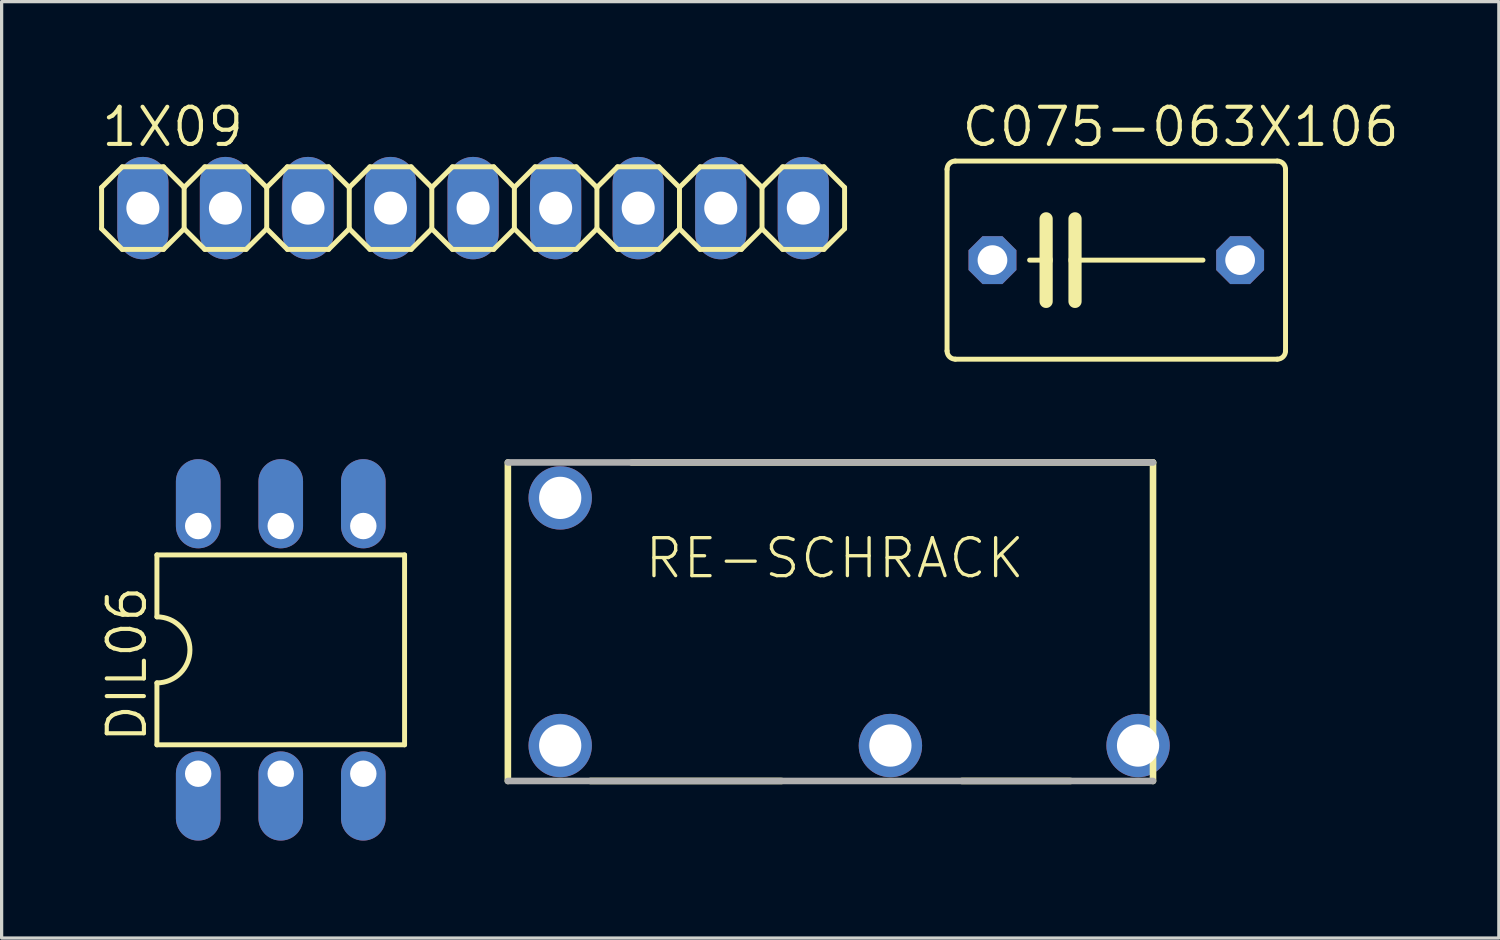
<source format=kicad_pcb>
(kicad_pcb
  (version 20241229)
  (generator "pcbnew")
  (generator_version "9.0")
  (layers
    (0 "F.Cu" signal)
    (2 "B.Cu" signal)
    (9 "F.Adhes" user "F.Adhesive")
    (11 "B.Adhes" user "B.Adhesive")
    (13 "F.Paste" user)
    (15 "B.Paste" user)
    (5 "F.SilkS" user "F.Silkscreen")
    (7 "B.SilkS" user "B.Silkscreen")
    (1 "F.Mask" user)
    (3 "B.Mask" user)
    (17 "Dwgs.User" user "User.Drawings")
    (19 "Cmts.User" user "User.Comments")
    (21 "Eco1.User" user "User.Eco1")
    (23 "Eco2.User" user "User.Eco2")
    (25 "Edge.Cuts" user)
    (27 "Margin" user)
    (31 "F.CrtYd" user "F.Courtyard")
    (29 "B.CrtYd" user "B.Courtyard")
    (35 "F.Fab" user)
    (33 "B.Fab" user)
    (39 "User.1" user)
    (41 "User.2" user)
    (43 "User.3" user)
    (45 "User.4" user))
  (footprint "1X09"
    (layer "F.Cu")
    (at 11.506 3.353)
    (property "Reference" "1X09" (at -11.506 -1.829 0) (layer "F.SilkS") (effects (font (size 1.143 1.143) (thickness 0.127)) (justify left bottom)))
    (fp_line (start -11.43 -0.635) (end -11.43 0.635) (stroke (width 0.152) (type solid)) (layer "F.SilkS"))
    (fp_line (start -11.43 0.635) (end -10.795 1.27) (stroke (width 0.152) (type solid)) (layer "F.SilkS"))
    (fp_line (start -10.795 -1.27) (end -11.43 -0.635) (stroke (width 0.152) (type solid)) (layer "F.SilkS"))
    (fp_line (start -10.795 -1.27) (end -9.525 -1.27) (stroke (width 0.152) (type solid)) (layer "F.SilkS"))
    (fp_line (start -9.525 -1.27) (end -8.89 -0.635) (stroke (width 0.152) (type solid)) (layer "F.SilkS"))
    (fp_line (start -9.525 1.27) (end -10.795 1.27) (stroke (width 0.152) (type solid)) (layer "F.SilkS"))
    (fp_line (start -8.89 -0.635) (end -8.89 0.635) (stroke (width 0.152) (type solid)) (layer "F.SilkS"))
    (fp_line (start -8.89 -0.635) (end -8.255 -1.27) (stroke (width 0.152) (type solid)) (layer "F.SilkS"))
    (fp_line (start -8.89 0.635) (end -9.525 1.27) (stroke (width 0.152) (type solid)) (layer "F.SilkS"))
    (fp_line (start -8.255 -1.27) (end -6.985 -1.27) (stroke (width 0.152) (type solid)) (layer "F.SilkS"))
    (fp_line (start -8.255 1.27) (end -8.89 0.635) (stroke (width 0.152) (type solid)) (layer "F.SilkS"))
    (fp_line (start -6.985 -1.27) (end -6.35 -0.635) (stroke (width 0.152) (type solid)) (layer "F.SilkS"))
    (fp_line (start -6.985 1.27) (end -8.255 1.27) (stroke (width 0.152) (type solid)) (layer "F.SilkS"))
    (fp_line (start -6.35 -0.635) (end -6.35 0.635) (stroke (width 0.152) (type solid)) (layer "F.SilkS"))
    (fp_line (start -6.35 -0.635) (end -5.715 -1.27) (stroke (width 0.152) (type solid)) (layer "F.SilkS"))
    (fp_line (start -6.35 0.635) (end -6.985 1.27) (stroke (width 0.152) (type solid)) (layer "F.SilkS"))
    (fp_line (start -5.715 -1.27) (end -4.445 -1.27) (stroke (width 0.152) (type solid)) (layer "F.SilkS"))
    (fp_line (start -5.715 1.27) (end -6.35 0.635) (stroke (width 0.152) (type solid)) (layer "F.SilkS"))
    (fp_line (start -4.445 -1.27) (end -3.81 -0.635) (stroke (width 0.152) (type solid)) (layer "F.SilkS"))
    (fp_line (start -4.445 1.27) (end -5.715 1.27) (stroke (width 0.152) (type solid)) (layer "F.SilkS"))
    (fp_line (start -3.81 -0.635) (end -3.81 0.635) (stroke (width 0.152) (type solid)) (layer "F.SilkS"))
    (fp_line (start -3.81 0.635) (end -4.445 1.27) (stroke (width 0.152) (type solid)) (layer "F.SilkS"))
    (fp_line (start -3.81 0.635) (end -3.175 1.27) (stroke (width 0.152) (type solid)) (layer "F.SilkS"))
    (fp_line (start -3.175 -1.27) (end -3.81 -0.635) (stroke (width 0.152) (type solid)) (layer "F.SilkS"))
    (fp_line (start -3.175 -1.27) (end -1.905 -1.27) (stroke (width 0.152) (type solid)) (layer "F.SilkS"))
    (fp_line (start -1.905 -1.27) (end -1.27 -0.635) (stroke (width 0.152) (type solid)) (layer "F.SilkS"))
    (fp_line (start -1.905 1.27) (end -3.175 1.27) (stroke (width 0.152) (type solid)) (layer "F.SilkS"))
    (fp_line (start -1.27 -0.635) (end -1.27 0.635) (stroke (width 0.152) (type solid)) (layer "F.SilkS"))
    (fp_line (start -1.27 -0.635) (end -0.635 -1.27) (stroke (width 0.152) (type solid)) (layer "F.SilkS"))
    (fp_line (start -1.27 0.635) (end -1.905 1.27) (stroke (width 0.152) (type solid)) (layer "F.SilkS"))
    (fp_line (start -0.635 -1.27) (end 0.635 -1.27) (stroke (width 0.152) (type solid)) (layer "F.SilkS"))
    (fp_line (start -0.635 1.27) (end -1.27 0.635) (stroke (width 0.152) (type solid)) (layer "F.SilkS"))
    (fp_line (start 0.635 -1.27) (end 1.27 -0.635) (stroke (width 0.152) (type solid)) (layer "F.SilkS"))
    (fp_line (start 0.635 1.27) (end -0.635 1.27) (stroke (width 0.152) (type solid)) (layer "F.SilkS"))
    (fp_line (start 1.27 -0.635) (end 1.27 0.635) (stroke (width 0.152) (type solid)) (layer "F.SilkS"))
    (fp_line (start 1.27 -0.635) (end 1.905 -1.27) (stroke (width 0.152) (type solid)) (layer "F.SilkS"))
    (fp_line (start 1.27 0.635) (end 0.635 1.27) (stroke (width 0.152) (type solid)) (layer "F.SilkS"))
    (fp_line (start 1.905 -1.27) (end 3.175 -1.27) (stroke (width 0.152) (type solid)) (layer "F.SilkS"))
    (fp_line (start 1.905 1.27) (end 1.27 0.635) (stroke (width 0.152) (type solid)) (layer "F.SilkS"))
    (fp_line (start 3.175 -1.27) (end 3.81 -0.635) (stroke (width 0.152) (type solid)) (layer "F.SilkS"))
    (fp_line (start 3.175 1.27) (end 1.905 1.27) (stroke (width 0.152) (type solid)) (layer "F.SilkS"))
    (fp_line (start 3.81 -0.635) (end 3.81 0.635) (stroke (width 0.152) (type solid)) (layer "F.SilkS"))
    (fp_line (start 3.81 0.635) (end 3.175 1.27) (stroke (width 0.152) (type solid)) (layer "F.SilkS"))
    (fp_line (start 3.81 0.635) (end 4.445 1.27) (stroke (width 0.152) (type solid)) (layer "F.SilkS"))
    (fp_line (start 4.445 -1.27) (end 3.81 -0.635) (stroke (width 0.152) (type solid)) (layer "F.SilkS"))
    (fp_line (start 4.445 -1.27) (end 5.715 -1.27) (stroke (width 0.152) (type solid)) (layer "F.SilkS"))
    (fp_line (start 5.715 -1.27) (end 6.35 -0.635) (stroke (width 0.152) (type solid)) (layer "F.SilkS"))
    (fp_line (start 5.715 1.27) (end 4.445 1.27) (stroke (width 0.152) (type solid)) (layer "F.SilkS"))
    (fp_line (start 6.35 -0.635) (end 6.35 0.635) (stroke (width 0.152) (type solid)) (layer "F.SilkS"))
    (fp_line (start 6.35 -0.635) (end 6.985 -1.27) (stroke (width 0.152) (type solid)) (layer "F.SilkS"))
    (fp_line (start 6.35 0.635) (end 5.715 1.27) (stroke (width 0.152) (type solid)) (layer "F.SilkS"))
    (fp_line (start 6.985 -1.27) (end 8.255 -1.27) (stroke (width 0.152) (type solid)) (layer "F.SilkS"))
    (fp_line (start 6.985 1.27) (end 6.35 0.635) (stroke (width 0.152) (type solid)) (layer "F.SilkS"))
    (fp_line (start 8.255 -1.27) (end 8.89 -0.635) (stroke (width 0.152) (type solid)) (layer "F.SilkS"))
    (fp_line (start 8.255 1.27) (end 6.985 1.27) (stroke (width 0.152) (type solid)) (layer "F.SilkS"))
    (fp_line (start 8.89 -0.635) (end 8.89 0.635) (stroke (width 0.152) (type solid)) (layer "F.SilkS"))
    (fp_line (start 8.89 0.635) (end 8.255 1.27) (stroke (width 0.152) (type solid)) (layer "F.SilkS"))
    (fp_line (start 8.89 0.635) (end 9.525 1.27) (stroke (width 0.152) (type solid)) (layer "F.SilkS"))
    (fp_line (start 9.525 -1.27) (end 8.89 -0.635) (stroke (width 0.152) (type solid)) (layer "F.SilkS"))
    (fp_line (start 9.525 -1.27) (end 10.795 -1.27) (stroke (width 0.152) (type solid)) (layer "F.SilkS"))
    (fp_line (start 10.795 -1.27) (end 11.43 -0.635) (stroke (width 0.152) (type solid)) (layer "F.SilkS"))
    (fp_line (start 10.795 1.27) (end 9.525 1.27) (stroke (width 0.152) (type solid)) (layer "F.SilkS"))
    (fp_line (start 11.43 -0.635) (end 11.43 0.635) (stroke (width 0.152) (type solid)) (layer "F.SilkS"))
    (fp_line (start 11.43 0.635) (end 10.795 1.27) (stroke (width 0.152) (type solid)) (layer "F.SilkS"))
    (fp_poly (pts (xy -10.414 0.254) (xy -9.906 0.254) (xy -9.906 -0.254) (xy -10.414 -0.254)) (stroke (width 0.1) (type default)) (fill no) (layer "F.Fab"))
    (fp_poly (pts (xy -7.874 0.254) (xy -7.366 0.254) (xy -7.366 -0.254) (xy -7.874 -0.254)) (stroke (width 0.1) (type default)) (fill no) (layer "F.Fab"))
    (fp_poly (pts (xy -5.334 0.254) (xy -4.826 0.254) (xy -4.826 -0.254) (xy -5.334 -0.254)) (stroke (width 0.1) (type default)) (fill no) (layer "F.Fab"))
    (fp_poly (pts (xy -2.794 0.254) (xy -2.286 0.254) (xy -2.286 -0.254) (xy -2.794 -0.254)) (stroke (width 0.1) (type default)) (fill no) (layer "F.Fab"))
    (fp_poly (pts (xy -0.254 0.254) (xy 0.254 0.254) (xy 0.254 -0.254) (xy -0.254 -0.254)) (stroke (width 0.1) (type default)) (fill no) (layer "F.Fab"))
    (fp_poly (pts (xy 2.286 0.254) (xy 2.794 0.254) (xy 2.794 -0.254) (xy 2.286 -0.254)) (stroke (width 0.1) (type default)) (fill no) (layer "F.Fab"))
    (fp_poly (pts (xy 4.826 0.254) (xy 5.334 0.254) (xy 5.334 -0.254) (xy 4.826 -0.254)) (stroke (width 0.1) (type default)) (fill no) (layer "F.Fab"))
    (fp_poly (pts (xy 7.366 0.254) (xy 7.874 0.254) (xy 7.874 -0.254) (xy 7.366 -0.254)) (stroke (width 0.1) (type default)) (fill no) (layer "F.Fab"))
    (fp_poly (pts (xy 9.906 0.254) (xy 10.414 0.254) (xy 10.414 -0.254) (xy 9.906 -0.254)) (stroke (width 0.1) (type default)) (fill no) (layer "F.Fab"))
    (pad "1" thru_hole oval (at -10.16 0 90) (size 3.15 1.575) (drill 1.016) (layers "*.Cu" "*.Mask"))
    (pad "2" thru_hole oval (at -7.62 0 90) (size 3.15 1.575) (drill 1.016) (layers "*.Cu" "*.Mask"))
    (pad "3" thru_hole oval (at -5.08 0 90) (size 3.15 1.575) (drill 1.016) (layers "*.Cu" "*.Mask"))
    (pad "4" thru_hole oval (at -2.54 0 90) (size 3.15 1.575) (drill 1.016) (layers "*.Cu" "*.Mask"))
    (pad "5" thru_hole oval (at 0 0 90) (size 3.15 1.575) (drill 1.016) (layers "*.Cu" "*.Mask"))
    (pad "6" thru_hole oval (at 2.54 0 90) (size 3.15 1.575) (drill 1.016) (layers "*.Cu" "*.Mask"))
    (pad "7" thru_hole oval (at 5.08 0 90) (size 3.15 1.575) (drill 1.016) (layers "*.Cu" "*.Mask"))
    (pad "8" thru_hole oval (at 7.62 0 90) (size 3.15 1.575) (drill 1.016) (layers "*.Cu" "*.Mask"))
    (pad "9" thru_hole oval (at 10.16 0 90) (size 3.15 1.575) (drill 1.016) (layers "*.Cu" "*.Mask")))
  (footprint "C075-063X106"
    (layer "F.Cu")
    (at 31.296 4.953)
    (property "Reference" "C075-063X106" (at -4.826 -3.429 0) (layer "F.SilkS") (effects (font (size 1.143 1.143) (thickness 0.127)) (justify left bottom)))
    (fp_line (start -5.207 -2.794) (end -5.207 2.794) (stroke (width 0.152) (type solid)) (layer "F.SilkS"))
    (fp_line (start -4.953 3.048) (end 4.953 3.048) (stroke (width 0.152) (type solid)) (layer "F.SilkS"))
    (fp_line (start -2.667 0) (end -2.159 0) (stroke (width 0.152) (type solid)) (layer "F.SilkS"))
    (fp_line (start -2.159 -1.27) (end -2.159 0) (stroke (width 0.406) (type solid)) (layer "F.SilkS"))
    (fp_line (start -2.159 0) (end -2.159 1.27) (stroke (width 0.406) (type solid)) (layer "F.SilkS"))
    (fp_line (start -1.27 -1.27) (end -1.27 0) (stroke (width 0.406) (type solid)) (layer "F.SilkS"))
    (fp_line (start -1.27 0) (end -1.27 1.27) (stroke (width 0.406) (type solid)) (layer "F.SilkS"))
    (fp_line (start -1.27 0) (end 2.667 0) (stroke (width 0.152) (type solid)) (layer "F.SilkS"))
    (fp_line (start 4.953 -3.048) (end -4.953 -3.048) (stroke (width 0.152) (type solid)) (layer "F.SilkS"))
    (fp_line (start 5.207 2.794) (end 5.207 -2.794) (stroke (width 0.152) (type solid)) (layer "F.SilkS"))
    (fp_arc (start -5.207 -2.794) (mid -5.132605 -2.973605) (end -4.953 -3.048) (stroke (width 0.1524) (type solid)) (layer "F.SilkS"))
    (fp_arc (start -4.953 3.048) (mid -5.132605 2.973605) (end -5.207 2.794) (stroke (width 0.1524) (type solid)) (layer "F.SilkS"))
    (fp_arc (start 4.953 -3.048) (mid 5.132605 -2.973605) (end 5.207 -2.794) (stroke (width 0.1524) (type solid)) (layer "F.SilkS"))
    (fp_arc (start 5.207 2.794) (mid 5.132605 2.973605) (end 4.953 3.048) (stroke (width 0.1524) (type solid)) (layer "F.SilkS"))
    (pad "1" thru_hole roundrect (at -3.81 0) (size 1.473 1.473) (drill 0.914) (layers "*.Cu" "*.Mask") (roundrect_rratio 0.25) (chamfer_ratio 0.293) (chamfer top_left top_right bottom_left bottom_right))
    (pad "2" thru_hole roundrect (at 3.81 0) (size 1.473 1.473) (drill 0.914) (layers "*.Cu" "*.Mask") (roundrect_rratio 0.25) (chamfer_ratio 0.293) (chamfer top_left top_right bottom_left bottom_right)))
  (footprint "RE-SCHRACK"
    (layer "F.Cu")
    (at 23.076 16.079)
    (property "Reference" "RE-SCHRACK" (at -6.35 -1.27 0) (layer "F.SilkS") (effects (font (size 1.168 1.168) (thickness 0.102)) (justify left bottom)))
    (fp_line (start -10.5 4.9) (end -10.5 -4.9) (stroke (width 0.203) (type solid)) (layer "F.SilkS"))
    (fp_line (start -6.69 -4.9) (end 9.35 -4.9) (stroke (width 0.203) (type solid)) (layer "F.SilkS"))
    (fp_line (start -2.08 4.9) (end -7.96 4.9) (stroke (width 0.203) (type solid)) (layer "F.SilkS"))
    (fp_line (start 6.81 4.9) (end 3.47 4.9) (stroke (width 0.203) (type solid)) (layer "F.SilkS"))
    (fp_line (start 9.35 -4.9) (end 9.35 4.9) (stroke (width 0.203) (type solid)) (layer "F.SilkS"))
    (fp_line (start -10.5 -4.9) (end 9.35 -4.9) (stroke (width 0.203) (type solid)) (layer "F.Fab"))
    (fp_line (start 9.35 4.9) (end -10.5 4.9) (stroke (width 0.203) (type solid)) (layer "F.Fab"))
    (pad "11" thru_hole circle (at 8.89 3.81 180) (size 1.95 1.95) (drill 1.3) (layers "*.Cu" "*.Mask"))
    (pad "14" thru_hole circle (at 1.27 3.81 180) (size 1.95 1.95) (drill 1.3) (layers "*.Cu" "*.Mask"))
    (pad "A1" thru_hole circle (at -8.89 3.81 180) (size 1.95 1.95) (drill 1.3) (layers "*.Cu" "*.Mask"))
    (pad "A2" thru_hole circle (at -8.89 -3.81 180) (size 1.95 1.95) (drill 1.3) (layers "*.Cu" "*.Mask")))
  (footprint "DIL06"
    (layer "F.Cu")
    (at 5.588 16.945)
    (property "Reference" "DIL06" (at -4.064 2.921 90) (layer "F.SilkS") (effects (font (size 1.143 1.143) (thickness 0.127)) (justify left bottom)))
    (fp_line (start -3.81 -2.921) (end -3.81 -1.016) (stroke (width 0.152) (type solid)) (layer "F.SilkS"))
    (fp_line (start -3.81 2.921) (end -3.81 1.016) (stroke (width 0.152) (type solid)) (layer "F.SilkS"))
    (fp_line (start -3.81 2.921) (end 3.81 2.921) (stroke (width 0.152) (type solid)) (layer "F.SilkS"))
    (fp_line (start 3.81 -2.921) (end -3.81 -2.921) (stroke (width 0.152) (type solid)) (layer "F.SilkS"))
    (fp_line (start 3.81 -2.921) (end 3.81 2.921) (stroke (width 0.152) (type solid)) (layer "F.SilkS"))
    (fp_arc (start -3.81 -1.016) (mid -2.794 0) (end -3.81 1.016) (stroke (width 0.1524) (type solid)) (layer "F.SilkS"))
    (pad "1" thru_hole oval (at -2.54 3.81 270) (size 2.743 1.372) (drill 0.813 (offset 0.686 0)) (layers "*.Cu" "*.Mask"))
    (pad "2" thru_hole oval (at 0 3.81 270) (size 2.743 1.372) (drill 0.813 (offset 0.686 0)) (layers "*.Cu" "*.Mask"))
    (pad "3" thru_hole oval (at 2.54 3.81 270) (size 2.743 1.372) (drill 0.813 (offset 0.686 0)) (layers "*.Cu" "*.Mask"))
    (pad "4" thru_hole oval (at 2.54 -3.81 90) (size 2.743 1.372) (drill 0.813 (offset 0.686 0)) (layers "*.Cu" "*.Mask"))
    (pad "5" thru_hole oval (at 0 -3.81 90) (size 2.743 1.372) (drill 0.813 (offset 0.686 0)) (layers "*.Cu" "*.Mask"))
    (pad "6" thru_hole oval (at -2.54 -3.81 90) (size 2.743 1.372) (drill 0.813 (offset 0.686 0)) (layers "*.Cu" "*.Mask")))
  (gr_rect
    (start -3 -3)
    (end 43.066 25.812)
    (stroke (width 0.1) (type default))
    (fill no)
    (layer "Edge.Cuts")))
</source>
